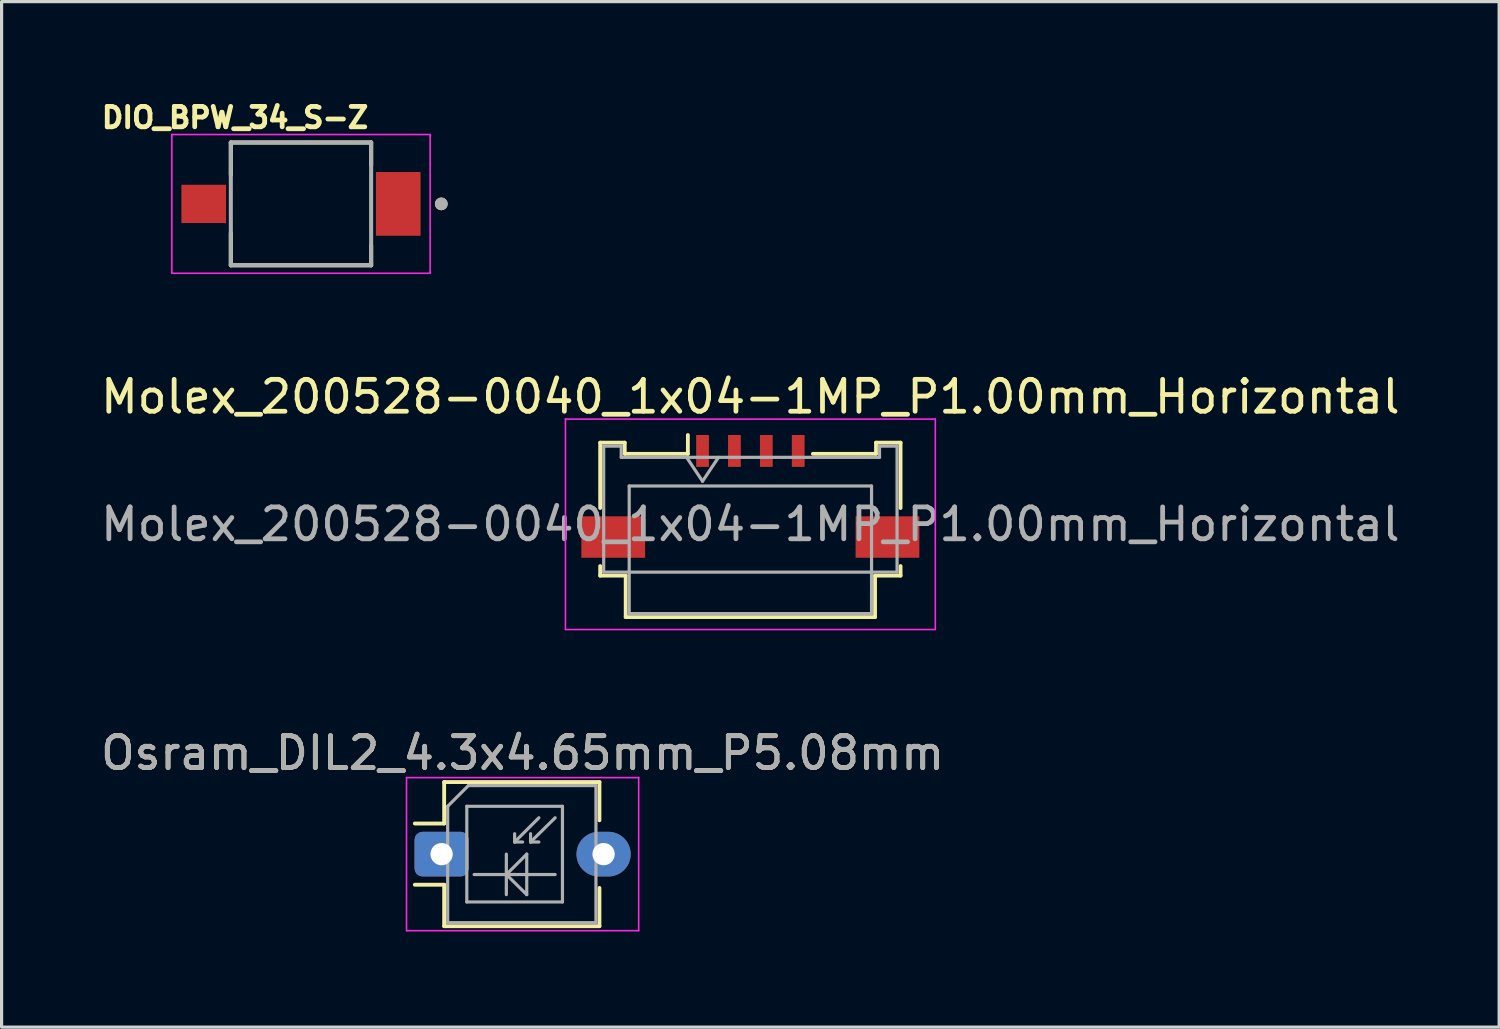
<source format=kicad_pcb>
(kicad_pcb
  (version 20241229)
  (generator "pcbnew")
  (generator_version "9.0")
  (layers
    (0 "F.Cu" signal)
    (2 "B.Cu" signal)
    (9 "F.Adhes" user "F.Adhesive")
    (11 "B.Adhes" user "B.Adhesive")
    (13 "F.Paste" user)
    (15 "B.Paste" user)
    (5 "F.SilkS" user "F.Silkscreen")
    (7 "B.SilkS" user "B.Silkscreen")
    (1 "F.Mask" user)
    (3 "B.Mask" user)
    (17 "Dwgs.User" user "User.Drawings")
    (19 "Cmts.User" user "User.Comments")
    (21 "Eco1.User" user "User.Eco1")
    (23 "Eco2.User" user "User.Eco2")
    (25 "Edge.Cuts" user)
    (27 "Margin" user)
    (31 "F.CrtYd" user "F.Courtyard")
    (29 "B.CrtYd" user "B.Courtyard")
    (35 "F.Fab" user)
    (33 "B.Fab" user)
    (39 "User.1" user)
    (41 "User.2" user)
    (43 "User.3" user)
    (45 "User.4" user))
  (footprint "Molex_200528-0040_1x04-1MP_P1.00mm_Horizontal"
    (layer "F.Cu")
    (at 20.482 12.002)
    (property "Reference" "Molex_200528-0040_1x04-1MP_P1.00mm_Horizontal" (at 0 -2.61 0) (layer "F.SilkS") (effects (font (size 1 1) (thickness 0.15))))
    (attr smd)
    (fp_line (start -4.71 -1.17) (end -4.71 0.88) (stroke (width 0.12) (type solid)) (layer "F.SilkS"))
    (fp_line (start -4.71 2.7) (end -4.71 3) (stroke (width 0.12) (type solid)) (layer "F.SilkS"))
    (fp_line (start -4.71 3) (end -3.91 3) (stroke (width 0.12) (type solid)) (layer "F.SilkS"))
    (fp_line (start -3.94 -1.17) (end -4.71 -1.17) (stroke (width 0.12) (type solid)) (layer "F.SilkS"))
    (fp_line (start -3.94 -0.82) (end -3.94 -1.17) (stroke (width 0.12) (type solid)) (layer "F.SilkS"))
    (fp_line (start -3.91 3) (end -3.91 4.3) (stroke (width 0.12) (type solid)) (layer "F.SilkS"))
    (fp_line (start -3.91 4.3) (end 3.91 4.3) (stroke (width 0.12) (type solid)) (layer "F.SilkS"))
    (fp_line (start -1.96 -1.41) (end -1.96 -0.82) (stroke (width 0.12) (type solid)) (layer "F.SilkS"))
    (fp_line (start -1.96 -0.82) (end -3.94 -0.82) (stroke (width 0.12) (type solid)) (layer "F.SilkS"))
    (fp_line (start 3.91 3) (end 4.71 3) (stroke (width 0.12) (type solid)) (layer "F.SilkS"))
    (fp_line (start 3.91 4.3) (end 3.91 3) (stroke (width 0.12) (type solid)) (layer "F.SilkS"))
    (fp_line (start 3.94 -1.17) (end 3.94 -0.82) (stroke (width 0.12) (type solid)) (layer "F.SilkS"))
    (fp_line (start 3.94 -0.82) (end 1.96 -0.82) (stroke (width 0.12) (type solid)) (layer "F.SilkS"))
    (fp_line (start 4.71 -1.17) (end 3.94 -1.17) (stroke (width 0.12) (type solid)) (layer "F.SilkS"))
    (fp_line (start 4.71 0.88) (end 4.71 -1.17) (stroke (width 0.12) (type solid)) (layer "F.SilkS"))
    (fp_line (start 4.71 3) (end 4.71 2.7) (stroke (width 0.12) (type solid)) (layer "F.SilkS"))
    (fp_line (start -5.8 -1.91) (end -5.8 4.69) (stroke (width 0.05) (type solid)) (layer "F.CrtYd"))
    (fp_line (start -5.8 4.69) (end 5.8 4.69) (stroke (width 0.05) (type solid)) (layer "F.CrtYd"))
    (fp_line (start 5.8 -1.91) (end -5.8 -1.91) (stroke (width 0.05) (type solid)) (layer "F.CrtYd"))
    (fp_line (start 5.8 4.69) (end 5.8 -1.91) (stroke (width 0.05) (type solid)) (layer "F.CrtYd"))
    (fp_line (start -4.6 -1.06) (end -4.6 2.89) (stroke (width 0.1) (type solid)) (layer "F.Fab"))
    (fp_line (start -4.6 2.89) (end 4.6 2.89) (stroke (width 0.1) (type solid)) (layer "F.Fab"))
    (fp_line (start -4.05 -1.06) (end -4.6 -1.06) (stroke (width 0.1) (type solid)) (layer "F.Fab"))
    (fp_line (start -4.05 -0.71) (end -4.05 -1.06) (stroke (width 0.1) (type solid)) (layer "F.Fab"))
    (fp_line (start -3.8 0.19) (end -3.8 4.19) (stroke (width 0.1) (type solid)) (layer "F.Fab"))
    (fp_line (start -3.8 4.19) (end 3.8 4.19) (stroke (width 0.1) (type solid)) (layer "F.Fab"))
    (fp_line (start -2 -0.71) (end -1.5 0.04) (stroke (width 0.1) (type solid)) (layer "F.Fab"))
    (fp_line (start -1.5 0.04) (end -1 -0.71) (stroke (width 0.1) (type solid)) (layer "F.Fab"))
    (fp_line (start 3.8 0.19) (end -3.8 0.19) (stroke (width 0.1) (type solid)) (layer "F.Fab"))
    (fp_line (start 3.8 4.19) (end 3.8 0.19) (stroke (width 0.1) (type solid)) (layer "F.Fab"))
    (fp_line (start 4.05 -1.06) (end 4.05 -0.71) (stroke (width 0.1) (type solid)) (layer "F.Fab"))
    (fp_line (start 4.05 -0.71) (end -4.05 -0.71) (stroke (width 0.1) (type solid)) (layer "F.Fab"))
    (fp_line (start 4.6 -1.06) (end 4.05 -1.06) (stroke (width 0.1) (type solid)) (layer "F.Fab"))
    (fp_line (start 4.6 2.89) (end 4.6 -1.06) (stroke (width 0.1) (type solid)) (layer "F.Fab"))
    (fp_text user "${REFERENCE}" (at 0 1.39 0) (layer "F.Fab") (effects (font (size 1 1) (thickness 0.15))))
    (pad "1" smd rect (at -1.5 -0.91) (size 0.4 1) (layers "F.Cu" "F.Mask" "F.Paste"))
    (pad "2" smd rect (at -0.5 -0.91) (size 0.4 1) (layers "F.Cu" "F.Mask" "F.Paste"))
    (pad "3" smd rect (at 0.5 -0.91) (size 0.4 1) (layers "F.Cu" "F.Mask" "F.Paste"))
    (pad "4" smd rect (at 1.5 -0.91) (size 0.4 1) (layers "F.Cu" "F.Mask" "F.Paste"))
    (pad "MP" smd rect (at -4.3 1.79) (size 2 1.3) (layers "F.Cu" "F.Mask" "F.Paste"))
    (pad "MP" smd rect (at 4.3 1.79) (size 2 1.3) (layers "F.Cu" "F.Mask" "F.Paste")))
  (footprint "Osram_DIL2_4.3x4.65mm_P5.08mm"
    (layer "F.Cu")
    (at 10.799 23.736)
    (property "Reference" "Osram_DIL2_4.3x4.65mm_P5.08mm" (at 2.54 -3.17 0) (layer "F.SilkS") (effects (font (size 1 1) (thickness 0.15))))
    (attr through_hole)
    (fp_line (start 0.08 -2.26) (end 0.08 -0.96) (stroke (width 0.12) (type solid)) (layer "F.SilkS"))
    (fp_line (start 0.08 -2.26) (end 4.95 -2.26) (stroke (width 0.12) (type solid)) (layer "F.SilkS"))
    (fp_line (start 0.08 -0.96) (end -0.84 -0.96) (stroke (width 0.12) (type solid)) (layer "F.SilkS"))
    (fp_line (start 0.08 0.96) (end -0.84 0.96) (stroke (width 0.12) (type solid)) (layer "F.SilkS"))
    (fp_line (start 0.08 0.96) (end 0.08 2.26) (stroke (width 0.12) (type solid)) (layer "F.SilkS"))
    (fp_line (start 4.95 -2.26) (end 4.95 -1.06) (stroke (width 0.12) (type solid)) (layer "F.SilkS"))
    (fp_line (start 4.95 1.06) (end 4.95 2.26) (stroke (width 0.12) (type solid)) (layer "F.SilkS"))
    (fp_line (start 4.95 2.26) (end 0.08 2.26) (stroke (width 0.12) (type solid)) (layer "F.SilkS"))
    (fp_line (start -1.1 -2.4) (end -1.1 2.4) (stroke (width 0.05) (type solid)) (layer "F.CrtYd"))
    (fp_line (start -1.1 -2.4) (end 6.18 -2.4) (stroke (width 0.05) (type solid)) (layer "F.CrtYd"))
    (fp_line (start 6.18 2.4) (end -1.1 2.4) (stroke (width 0.05) (type solid)) (layer "F.CrtYd"))
    (fp_line (start 6.18 2.4) (end 6.18 -2.4) (stroke (width 0.05) (type solid)) (layer "F.CrtYd"))
    (fp_line (start 0.19 -1.5) (end 0.84 -2.15) (stroke (width 0.1) (type solid)) (layer "F.Fab"))
    (fp_line (start 0.19 2.15) (end 0.19 -1.5) (stroke (width 0.1) (type solid)) (layer "F.Fab"))
    (fp_line (start 0.79 -1.5) (end 0.79 1.5) (stroke (width 0.1) (type solid)) (layer "F.Fab"))
    (fp_line (start 0.79 1.5) (end 3.79 1.5) (stroke (width 0.1) (type solid)) (layer "F.Fab"))
    (fp_line (start 0.84 -2.15) (end 4.84 -2.15) (stroke (width 0.1) (type solid)) (layer "F.Fab"))
    (fp_line (start 1.02 0.64) (end 3.56 0.64) (stroke (width 0.1) (type solid)) (layer "F.Fab"))
    (fp_line (start 2.03 0) (end 2.03 1.27) (stroke (width 0.1) (type solid)) (layer "F.Fab"))
    (fp_line (start 2.03 0.64) (end 2.67 0) (stroke (width 0.1) (type solid)) (layer "F.Fab"))
    (fp_line (start 2.29 -0.38) (end 2.29 -0.64) (stroke (width 0.1) (type solid)) (layer "F.Fab"))
    (fp_line (start 2.29 -0.38) (end 2.54 -0.38) (stroke (width 0.1) (type solid)) (layer "F.Fab"))
    (fp_line (start 2.67 0) (end 2.67 1.27) (stroke (width 0.1) (type solid)) (layer "F.Fab"))
    (fp_line (start 2.67 1.27) (end 2.03 0.64) (stroke (width 0.1) (type solid)) (layer "F.Fab"))
    (fp_line (start 2.79 -0.38) (end 2.79 -0.64) (stroke (width 0.1) (type solid)) (layer "F.Fab"))
    (fp_line (start 2.79 -0.38) (end 3.05 -0.38) (stroke (width 0.1) (type solid)) (layer "F.Fab"))
    (fp_line (start 3.05 -1.14) (end 2.29 -0.38) (stroke (width 0.1) (type solid)) (layer "F.Fab"))
    (fp_line (start 3.56 -1.14) (end 2.79 -0.38) (stroke (width 0.1) (type solid)) (layer "F.Fab"))
    (fp_line (start 3.79 -1.5) (end 0.79 -1.5) (stroke (width 0.1) (type solid)) (layer "F.Fab"))
    (fp_line (start 3.79 1.5) (end 3.79 -1.5) (stroke (width 0.1) (type solid)) (layer "F.Fab"))
    (fp_line (start 4.84 -2.15) (end 4.84 2.15) (stroke (width 0.1) (type solid)) (layer "F.Fab"))
    (fp_line (start 4.84 2.15) (end 0.19 2.15) (stroke (width 0.1) (type solid)) (layer "F.Fab"))
    (fp_text user "${REFERENCE}" (at 2.54 -3.17 0) (layer "F.Fab") (effects (font (size 1 1) (thickness 0.15))))
    (pad "1" thru_hole roundrect (at 0 0) (size 1.7 1.4) (drill 0.7) (layers "*.Cu" "*.Mask") (roundrect_rratio 0.178))
    (pad "2" thru_hole oval (at 5.08 0) (size 1.7 1.4) (drill 0.7) (layers "*.Cu" "*.Mask")))
  (footprint "DIO_BPW_34_S-Z"
    (layer "F.Cu")
    (at 6.389 3.344)
    (property "Reference" "DIO_BPW_34_S-Z" (at -2.068 -2.706 0) (layer "F.SilkS") (effects (font (size 0.64 0.64) (thickness 0.15))))
    (attr through_hole)
    (fp_poly (pts (xy -3.8 -0.65) (xy -2.3 -0.65) (xy -2.3 0.65) (xy -3.8 0.65)) (stroke (width 0.01) (type solid)) (fill yes) (layer "F.Mask"))
    (fp_poly (pts (xy 2.3 -1.05) (xy 3.8 -1.05) (xy 3.8 1.05) (xy 2.3 1.05)) (stroke (width 0.01) (type solid)) (fill yes) (layer "F.Mask"))
    (fp_line (start -2.2 -1.925) (end 2.2 -1.925) (stroke (width 0.127) (type solid)) (layer "F.SilkS"))
    (fp_line (start -2.2 -0.91) (end -2.2 -1.925) (stroke (width 0.127) (type solid)) (layer "F.SilkS"))
    (fp_line (start -2.2 0.91) (end -2.2 1.925) (stroke (width 0.127) (type solid)) (layer "F.SilkS"))
    (fp_line (start -2.2 1.925) (end 2.2 1.925) (stroke (width 0.127) (type solid)) (layer "F.SilkS"))
    (fp_line (start 2.2 -1.925) (end 2.2 -1.21) (stroke (width 0.127) (type solid)) (layer "F.SilkS"))
    (fp_line (start 2.2 1.925) (end 2.2 1.31) (stroke (width 0.127) (type solid)) (layer "F.SilkS"))
    (fp_circle (center 4.4 0) (end 4.5 0) (stroke (width 0.2) (type solid)) (fill no) (layer "F.SilkS"))
    (fp_poly (pts (xy -3.7 -0.55) (xy -2.4 -0.55) (xy -2.4 0.55) (xy -3.7 0.55)) (stroke (width 0.01) (type solid)) (fill yes) (layer "F.Paste"))
    (fp_poly (pts (xy 2.4 -0.95) (xy 3.7 -0.95) (xy 3.7 0.95) (xy 2.4 0.95)) (stroke (width 0.01) (type solid)) (fill yes) (layer "F.Paste"))
    (fp_line (start -4.05 -2.175) (end 4.05 -2.175) (stroke (width 0.05) (type solid)) (layer "F.CrtYd"))
    (fp_line (start -4.05 2.175) (end -4.05 -2.175) (stroke (width 0.05) (type solid)) (layer "F.CrtYd"))
    (fp_line (start 4.05 -2.175) (end 4.05 2.175) (stroke (width 0.05) (type solid)) (layer "F.CrtYd"))
    (fp_line (start 4.05 2.175) (end -4.05 2.175) (stroke (width 0.05) (type solid)) (layer "F.CrtYd"))
    (fp_line (start -2.2 -1.925) (end 2.2 -1.925) (stroke (width 0.127) (type solid)) (layer "F.Fab"))
    (fp_line (start -2.2 1.925) (end -2.2 -1.925) (stroke (width 0.127) (type solid)) (layer "F.Fab"))
    (fp_line (start 2.2 -1.925) (end 2.2 1.925) (stroke (width 0.127) (type solid)) (layer "F.Fab"))
    (fp_line (start 2.2 1.925) (end -2.2 1.925) (stroke (width 0.127) (type solid)) (layer "F.Fab"))
    (fp_circle (center 4.4 0) (end 4.5 0) (stroke (width 0.2) (type solid)) (fill no) (layer "F.Fab"))
    (pad "A" smd rect (at -3.05 0) (size 1.4 1.2) (layers "F.Cu"))
    (pad "C" smd rect (at 3.05 0) (size 1.4 2) (layers "F.Cu")))
  (gr_rect
    (start -3 -3)
    (end 43.964 29.161)
    (stroke (width 0.1) (type default))
    (fill no)
    (layer "Edge.Cuts")))
</source>
